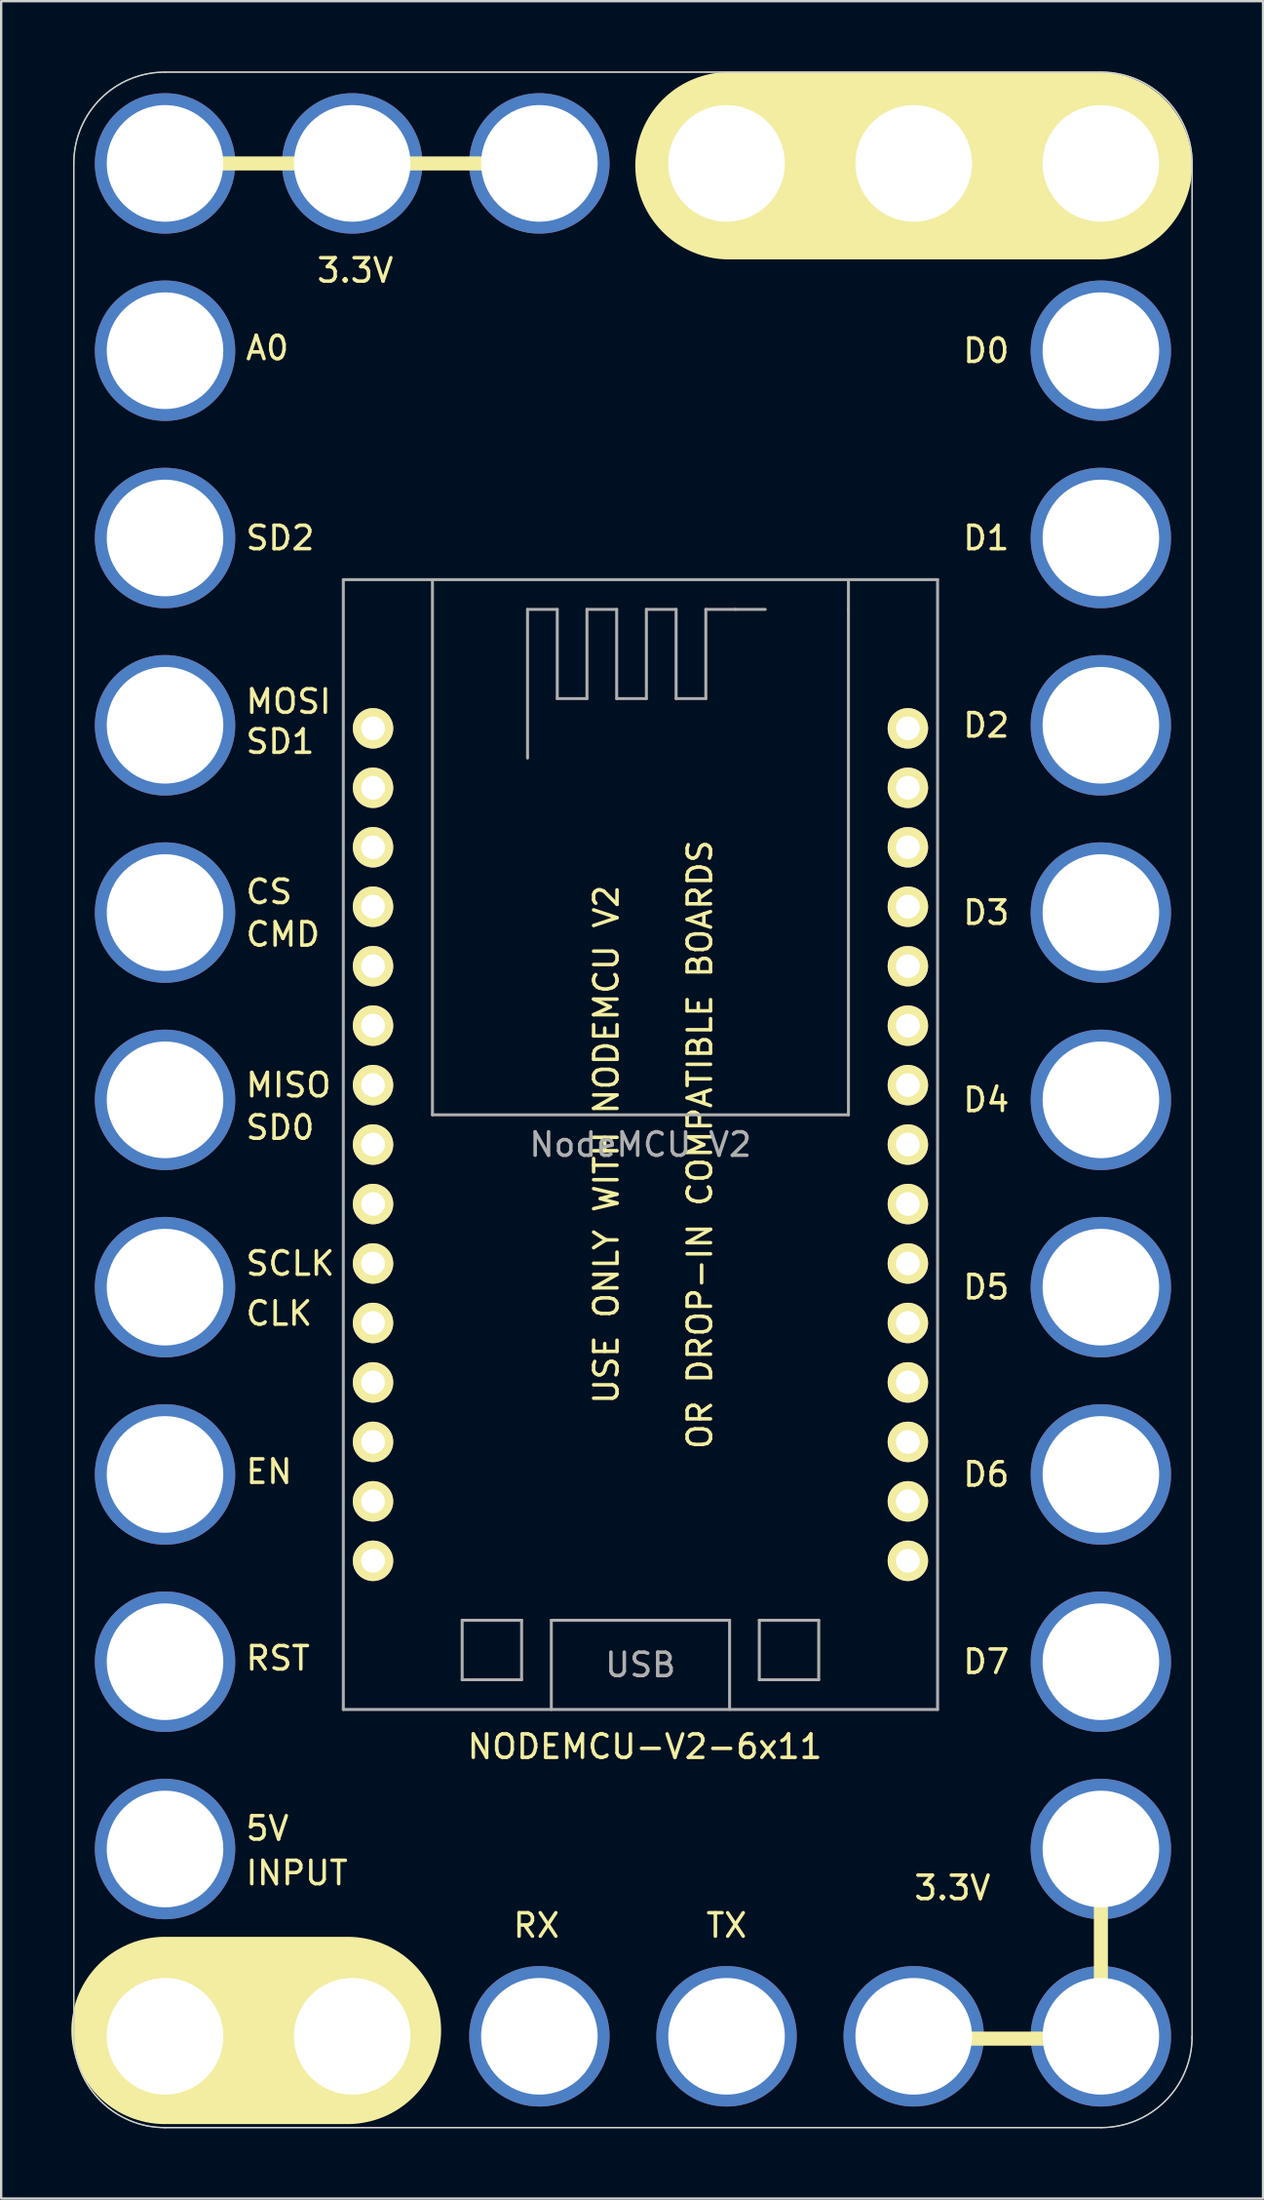
<source format=kicad_pcb>
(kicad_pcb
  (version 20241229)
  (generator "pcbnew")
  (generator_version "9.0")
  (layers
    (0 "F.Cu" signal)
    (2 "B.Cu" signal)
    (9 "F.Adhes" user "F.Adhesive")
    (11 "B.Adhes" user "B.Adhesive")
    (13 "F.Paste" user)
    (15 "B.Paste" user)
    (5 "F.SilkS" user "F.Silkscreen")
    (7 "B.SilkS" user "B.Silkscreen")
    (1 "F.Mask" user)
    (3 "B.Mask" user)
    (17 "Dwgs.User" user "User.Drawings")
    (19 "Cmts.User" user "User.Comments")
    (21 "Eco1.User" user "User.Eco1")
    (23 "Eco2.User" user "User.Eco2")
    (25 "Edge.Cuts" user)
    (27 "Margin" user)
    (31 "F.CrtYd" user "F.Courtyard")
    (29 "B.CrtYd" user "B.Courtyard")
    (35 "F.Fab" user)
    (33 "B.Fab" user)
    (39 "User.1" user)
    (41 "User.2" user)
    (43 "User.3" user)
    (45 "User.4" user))
  (footprint "NODEMCU-V2-6x11"
    (layer "F.Cu")
    (at 4.004 3.93)
    (property "Reference" "NODEMCU-V2-6x11" (at 20.508 67.628 0) (layer "F.SilkS") (effects (font (size 1 1) (thickness 0.15))))
    (attr through_hole)
    (fp_line (start -0.5 0) (end 16.3 0) (stroke (width 0.6) (type solid)) (layer "F.SilkS"))
    (fp_line (start 7.8 79.75) (end -0.004 79.75) (stroke (width 8) (type solid)) (layer "F.SilkS"))
    (fp_line (start 24.1 0.1) (end 39.9 0.1) (stroke (width 8) (type solid)) (layer "F.SilkS"))
    (fp_line (start 32 80.1) (end 39.9 80.1) (stroke (width 0.6) (type solid)) (layer "F.SilkS"))
    (fp_line (start 40 72.2) (end 40 80.1) (stroke (width 0.6) (type solid)) (layer "F.SilkS"))
    (fp_line (start -3.9 0) (end -3.9 80) (stroke (width 0.061) (type solid)) (layer "Edge.Cuts"))
    (fp_line (start 0 83.9) (end 40 83.9) (stroke (width 0.061) (type solid)) (layer "Edge.Cuts"))
    (fp_line (start 40 -3.9) (end 0 -3.9) (stroke (width 0.061) (type solid)) (layer "Edge.Cuts"))
    (fp_line (start 43.9 80.1) (end 43.9 0) (stroke (width 0.061) (type solid)) (layer "Edge.Cuts"))
    (fp_arc (start -3.9 0) (mid -2.757716 -2.757716) (end 0 -3.9) (stroke (width 0.06064) (type solid)) (layer "Edge.Cuts"))
    (fp_arc (start 0 83.9) (mid -2.755309 82.760122) (end -3.899994 80.006807) (stroke (width 0.06064) (type solid)) (layer "Edge.Cuts"))
    (fp_arc (start 40 -3.9) (mid 42.755309 -2.760122) (end 43.899994 -0.006807) (stroke (width 0.06064) (type solid)) (layer "Edge.Cuts"))
    (fp_arc (start 43.9 80) (mid 42.757716 82.757716) (end 40 83.9) (stroke (width 0.06064) (type solid)) (layer "Edge.Cuts"))
    (fp_line (start -3.9 0) (end -3.9 80) (stroke (width 0.041) (type solid)) (layer "F.Fab"))
    (fp_line (start 0 83.9) (end 40 83.9) (stroke (width 0.041) (type solid)) (layer "F.Fab"))
    (fp_line (start 7.62 17.78) (end 7.62 66.04) (stroke (width 0.127) (type solid)) (layer "F.Fab"))
    (fp_line (start 7.62 17.78) (end 33.02 17.78) (stroke (width 0.127) (type solid)) (layer "F.Fab"))
    (fp_line (start 7.62 66.04) (end 33.02 66.04) (stroke (width 0.127) (type solid)) (layer "F.Fab"))
    (fp_line (start 11.43 40.64) (end 11.43 17.78) (stroke (width 0.127) (type solid)) (layer "F.Fab"))
    (fp_line (start 11.43 40.64) (end 29.21 40.64) (stroke (width 0.127) (type solid)) (layer "F.Fab"))
    (fp_line (start 12.7 62.23) (end 12.7 64.77) (stroke (width 0.127) (type solid)) (layer "F.Fab"))
    (fp_line (start 12.7 64.77) (end 15.24 64.77) (stroke (width 0.127) (type solid)) (layer "F.Fab"))
    (fp_line (start 15.24 62.23) (end 12.7 62.23) (stroke (width 0.127) (type solid)) (layer "F.Fab"))
    (fp_line (start 15.24 64.77) (end 15.24 62.23) (stroke (width 0.127) (type solid)) (layer "F.Fab"))
    (fp_line (start 15.494 19.05) (end 16.764 19.05) (stroke (width 0.127) (type solid)) (layer "F.Fab"))
    (fp_line (start 15.494 25.4) (end 15.494 19.05) (stroke (width 0.127) (type solid)) (layer "F.Fab"))
    (fp_line (start 16.51 62.23) (end 24.13 62.23) (stroke (width 0.127) (type solid)) (layer "F.Fab"))
    (fp_line (start 16.51 66.04) (end 16.51 62.23) (stroke (width 0.127) (type solid)) (layer "F.Fab"))
    (fp_line (start 16.764 19.05) (end 16.764 22.86) (stroke (width 0.127) (type solid)) (layer "F.Fab"))
    (fp_line (start 16.764 22.86) (end 18.034 22.86) (stroke (width 0.127) (type solid)) (layer "F.Fab"))
    (fp_line (start 18.034 19.05) (end 19.304 19.05) (stroke (width 0.127) (type solid)) (layer "F.Fab"))
    (fp_line (start 18.034 22.86) (end 18.034 19.05) (stroke (width 0.127) (type solid)) (layer "F.Fab"))
    (fp_line (start 19.304 19.05) (end 19.304 22.86) (stroke (width 0.127) (type solid)) (layer "F.Fab"))
    (fp_line (start 19.304 22.86) (end 20.574 22.86) (stroke (width 0.127) (type solid)) (layer "F.Fab"))
    (fp_line (start 20.574 19.05) (end 21.844 19.05) (stroke (width 0.127) (type solid)) (layer "F.Fab"))
    (fp_line (start 20.574 22.86) (end 20.574 19.05) (stroke (width 0.127) (type solid)) (layer "F.Fab"))
    (fp_line (start 21.844 19.05) (end 21.844 22.86) (stroke (width 0.127) (type solid)) (layer "F.Fab"))
    (fp_line (start 21.844 22.86) (end 23.114 22.86) (stroke (width 0.127) (type solid)) (layer "F.Fab"))
    (fp_line (start 23.114 19.05) (end 24.384 19.05) (stroke (width 0.127) (type solid)) (layer "F.Fab"))
    (fp_line (start 23.114 22.86) (end 23.114 19.05) (stroke (width 0.127) (type solid)) (layer "F.Fab"))
    (fp_line (start 24.13 62.23) (end 24.13 66.04) (stroke (width 0.127) (type solid)) (layer "F.Fab"))
    (fp_line (start 24.384 19.05) (end 25.654 19.05) (stroke (width 0.127) (type solid)) (layer "F.Fab"))
    (fp_line (start 25.4 62.23) (end 25.4 64.77) (stroke (width 0.127) (type solid)) (layer "F.Fab"))
    (fp_line (start 25.4 64.77) (end 27.94 64.77) (stroke (width 0.127) (type solid)) (layer "F.Fab"))
    (fp_line (start 27.94 62.23) (end 25.4 62.23) (stroke (width 0.127) (type solid)) (layer "F.Fab"))
    (fp_line (start 27.94 64.77) (end 27.94 62.23) (stroke (width 0.127) (type solid)) (layer "F.Fab"))
    (fp_line (start 29.21 19.05) (end 29.21 17.78) (stroke (width 0.127) (type solid)) (layer "F.Fab"))
    (fp_line (start 29.21 40.64) (end 29.21 19.05) (stroke (width 0.127) (type solid)) (layer "F.Fab"))
    (fp_line (start 33.02 17.78) (end 33.02 66.04) (stroke (width 0.127) (type solid)) (layer "F.Fab"))
    (fp_line (start 40 -3.9) (end 0 -3.9) (stroke (width 0.041) (type solid)) (layer "F.Fab"))
    (fp_line (start 43.9 80) (end 43.9 0) (stroke (width 0.041) (type solid)) (layer "F.Fab"))
    (fp_arc (start -3.9 0) (mid -2.757716 -2.757716) (end 0 -3.9) (stroke (width 0.04064) (type solid)) (layer "F.Fab"))
    (fp_arc (start 0 83.9) (mid -2.755309 82.760122) (end -3.899994 80.006807) (stroke (width 0.04064) (type solid)) (layer "F.Fab"))
    (fp_arc (start 40 -3.9) (mid 42.755309 -2.760122) (end 43.899994 -0.006807) (stroke (width 0.04064) (type solid)) (layer "F.Fab"))
    (fp_arc (start 43.9 80) (mid 42.757716 82.757716) (end 40 83.9) (stroke (width 0.04064) (type solid)) (layer "F.Fab"))
    (fp_text user "RX" (at 15.871 75.267 0) (layer "F.SilkS") (effects (font (size 1 1) (thickness 0.15))))
    (fp_text user "D4" (at 35.098 40 0) (layer "F.SilkS") (effects (font (size 1 1) (thickness 0.15))))
    (fp_text user "OR DROP-IN COMPATIBLE BOARDS" (at 22.86 41.91 270) (layer "F.SilkS") (effects (font (size 1 1) (thickness 0.15))))
    (fp_text user "D5" (at 35.098 48 0) (layer "F.SilkS") (effects (font (size 1 1) (thickness 0.15))))
    (fp_text user "SD0" (at 4.921 41.184 0) (layer "F.SilkS") (effects (font (size 1 1) (thickness 0.15))))
    (fp_text user "D0" (at 35.098 8 0) (layer "F.SilkS") (effects (font (size 1 1) (thickness 0.15))))
    (fp_text user "D7" (at 35.098 64 0) (layer "F.SilkS") (effects (font (size 1 1) (thickness 0.15))))
    (fp_text user "SCLK" (at 5.35 46.99 0) (layer "F.SilkS") (effects (font (size 1 1) (thickness 0.15))))
    (fp_text user "5V" (at 4.374 71.12 0) (layer "F.SilkS") (effects (font (size 1 1) (thickness 0.15))))
    (fp_text user "3.3V" (at 33.655 73.66 0) (layer "F.SilkS") (effects (font (size 1 1) (thickness 0.15))))
    (fp_text user "A0" (at 4.374 7.884 0) (layer "F.SilkS") (effects (font (size 1 1) (thickness 0.15))))
    (fp_text user "INPUT" (at 5.635 73.025 0) (layer "F.SilkS") (effects (font (size 1 1) (thickness 0.15))))
    (fp_text user "D2" (at 35.098 24 0) (layer "F.SilkS") (effects (font (size 1 1) (thickness 0.15))))
    (fp_text user "D1" (at 35.098 16 0) (layer "F.SilkS") (effects (font (size 1 1) (thickness 0.15))))
    (fp_text user "EN" (at 4.445 55.88 0) (layer "F.SilkS") (effects (font (size 1 1) (thickness 0.15))))
    (fp_text user "RST" (at 4.826 63.854 0) (layer "F.SilkS") (effects (font (size 1 1) (thickness 0.15))))
    (fp_text user "CMD" (at 5.04 32.934 0) (layer "F.SilkS") (effects (font (size 1 1) (thickness 0.15))))
    (fp_text user "MOSI" (at 5.278 22.987 0) (layer "F.SilkS") (effects (font (size 1 1) (thickness 0.15))))
    (fp_text user "USE ONLY WITH NODEMCU V2" (at 18.863 41.91 90) (layer "F.SilkS") (effects (font (size 1 1) (thickness 0.15))))
    (fp_text user "TX" (at 23.999 75.267 0) (layer "F.SilkS") (effects (font (size 1 1) (thickness 0.15))))
    (fp_text user "SD2" (at 4.921 16 0) (layer "F.SilkS") (effects (font (size 1 1) (thickness 0.15))))
    (fp_text user "D3" (at 35.098 32 0) (layer "F.SilkS") (effects (font (size 1 1) (thickness 0.15))))
    (fp_text user "MISO" (at 5.278 39.37 0) (layer "F.SilkS") (effects (font (size 1 1) (thickness 0.15))))
    (fp_text user "CLK" (at 4.874 49.124 0) (layer "F.SilkS") (effects (font (size 1 1) (thickness 0.15))))
    (fp_text user "CS" (at 4.445 31.115 0) (layer "F.SilkS") (effects (font (size 1 1) (thickness 0.15))))
    (fp_text user "3.3V" (at 8.128 4.572 180) (layer "F.SilkS") (effects (font (size 1 1) (thickness 0.15))))
    (fp_text user "D6" (at 35.098 56 0) (layer "F.SilkS") (effects (font (size 1 1) (thickness 0.15))))
    (fp_text user "SD1" (at 4.921 24.696 0) (layer "F.SilkS") (effects (font (size 1 1) (thickness 0.15))))
    (fp_text user "USB" (at 20.32 64.135 0) (layer "F.Fab") (effects (font (size 1 1) (thickness 0.15))))
    (fp_text user "NodeMCU V2" (at 20.32 41.91 0) (layer "F.Fab") (effects (font (size 1 1) (thickness 0.15))))
    (pad "3V3" thru_hole circle (at 0 0 270) (size 6 6) (drill 4.98) (layers "*.Cu" "*.Mask"))
    (pad "3V3" thru_hole circle (at 8 0 270) (size 6 6) (drill 4.98) (layers "*.Cu" "*.Mask"))
    (pad "3V3" thru_hole circle (at 8.89 49.53 180) (size 1.727 1.727) (drill 1.016) (layers "*.Cu" "*.Mask" "F.SilkS"))
    (pad "3V3" thru_hole circle (at 16 0 270) (size 6 6) (drill 4.98) (layers "*.Cu" "*.Mask"))
    (pad "3V3" thru_hole circle (at 31.75 36.83 180) (size 1.727 1.727) (drill 1.016) (layers "*.Cu" "*.Mask" "F.SilkS"))
    (pad "3V3" thru_hole circle (at 31.75 59.69 180) (size 1.727 1.727) (drill 1.016) (layers "*.Cu" "*.Mask" "F.SilkS"))
    (pad "3V3" thru_hole circle (at 32 80 270) (size 6 6) (drill 4.98) (layers "*.Cu" "*.Mask"))
    (pad "3V3" thru_hole circle (at 39.999 80 270) (size 6 6) (drill 4.98) (layers "*.Cu" "*.Mask"))
    (pad "3V3" thru_hole circle (at 40 72 270) (size 6 6) (drill 4.98) (layers "*.Cu" "*.Mask"))
    (pad "A0" thru_hole circle (at 0 8 270) (size 6 6) (drill 4.98) (layers "*.Cu" "*.Mask"))
    (pad "A0" thru_hole circle (at 8.89 24.13 180) (size 1.727 1.727) (drill 1.016) (layers "*.Cu" "*.Mask" "F.SilkS"))
    (pad "CLK" thru_hole circle (at 0 48 270) (size 6 6) (drill 4.98) (layers "*.Cu" "*.Mask"))
    (pad "CLK" thru_hole circle (at 8.89 44.45 180) (size 1.727 1.727) (drill 1.016) (layers "*.Cu" "*.Mask" "F.SilkS"))
    (pad "CMD" thru_hole circle (at 0 32 270) (size 6 6) (drill 4.98) (layers "*.Cu" "*.Mask"))
    (pad "CMD" thru_hole circle (at 8.89 39.37 180) (size 1.727 1.727) (drill 1.016) (layers "*.Cu" "*.Mask" "F.SilkS"))
    (pad "D0" thru_hole circle (at 31.75 24.13 180) (size 1.727 1.727) (drill 1.016) (layers "*.Cu" "*.Mask" "F.SilkS"))
    (pad "D0" thru_hole circle (at 39.999 8 270) (size 6 6) (drill 4.98) (layers "*.Cu" "*.Mask"))
    (pad "D1" thru_hole circle (at 31.75 26.67 180) (size 1.727 1.727) (drill 1.016) (layers "*.Cu" "*.Mask" "F.SilkS"))
    (pad "D1" thru_hole circle (at 39.999 16 270) (size 6 6) (drill 4.98) (layers "*.Cu" "*.Mask"))
    (pad "D2" thru_hole circle (at 31.75 29.21 180) (size 1.727 1.727) (drill 1.016) (layers "*.Cu" "*.Mask" "F.SilkS"))
    (pad "D2" thru_hole circle (at 39.999 24 270) (size 6 6) (drill 4.98) (layers "*.Cu" "*.Mask"))
    (pad "D3" thru_hole circle (at 31.75 31.75 180) (size 1.727 1.727) (drill 1.016) (layers "*.Cu" "*.Mask" "F.SilkS"))
    (pad "D3" thru_hole circle (at 39.999 32 270) (size 6 6) (drill 4.98) (layers "*.Cu" "*.Mask"))
    (pad "D4" thru_hole circle (at 31.75 34.29 180) (size 1.727 1.727) (drill 1.016) (layers "*.Cu" "*.Mask" "F.SilkS"))
    (pad "D4" thru_hole circle (at 40 40 270) (size 6 6) (drill 4.98) (layers "*.Cu" "*.Mask"))
    (pad "D5" thru_hole circle (at 31.75 41.91 180) (size 1.727 1.727) (drill 1.016) (layers "*.Cu" "*.Mask" "F.SilkS"))
    (pad "D5" thru_hole circle (at 39.999 48 270) (size 6 6) (drill 4.98) (layers "*.Cu" "*.Mask"))
    (pad "D6" thru_hole circle (at 31.75 44.45 180) (size 1.727 1.727) (drill 1.016) (layers "*.Cu" "*.Mask" "F.SilkS"))
    (pad "D6" thru_hole circle (at 40 56 270) (size 6 6) (drill 4.98) (layers "*.Cu" "*.Mask"))
    (pad "D7" thru_hole circle (at 31.75 46.99 180) (size 1.727 1.727) (drill 1.016) (layers "*.Cu" "*.Mask" "F.SilkS"))
    (pad "D7" thru_hole circle (at 40 64 270) (size 6 6) (drill 4.98) (layers "*.Cu" "*.Mask"))
    (pad "D8" thru_hole circle (at 31.75 49.53 180) (size 1.727 1.727) (drill 1.016) (layers "*.Cu" "*.Mask" "F.SilkS"))
    (pad "EN" thru_hole circle (at 0 56 270) (size 6 6) (drill 4.98) (layers "*.Cu" "*.Mask"))
    (pad "EN" thru_hole circle (at 8.89 52.07 180) (size 1.727 1.727) (drill 1.016) (layers "*.Cu" "*.Mask" "F.SilkS"))
    (pad "GND" thru_hole circle (at 0 80 270) (size 6 6) (drill 4.98) (layers "*.Cu" "*.Mask"))
    (pad "GND" thru_hole circle (at 8 80 270) (size 6 6) (drill 4.98) (layers "*.Cu" "*.Mask"))
    (pad "GND" thru_hole circle (at 8.89 46.99 180) (size 1.727 1.727) (drill 1.016) (layers "*.Cu" "*.Mask" "F.SilkS"))
    (pad "GND" thru_hole circle (at 8.89 57.15 180) (size 1.727 1.727) (drill 1.016) (layers "*.Cu" "*.Mask" "F.SilkS"))
    (pad "GND" thru_hole circle (at 24 0 270) (size 6 6) (drill 4.98) (layers "*.Cu" "*.Mask"))
    (pad "GND" thru_hole circle (at 31.75 39.37 180) (size 1.727 1.727) (drill 1.016) (layers "*.Cu" "*.Mask" "F.SilkS"))
    (pad "GND" thru_hole circle (at 31.75 57.15 180) (size 1.727 1.727) (drill 1.016) (layers "*.Cu" "*.Mask" "F.SilkS"))
    (pad "GND" thru_hole circle (at 32 0 270) (size 6 6) (drill 4.98) (layers "*.Cu" "*.Mask"))
    (pad "GND" thru_hole circle (at 39.999 0 270) (size 6 6) (drill 4.98) (layers "*.Cu" "*.Mask"))
    (pad "RST" thru_hole circle (at 0 64 270) (size 6 6) (drill 4.98) (layers "*.Cu" "*.Mask"))
    (pad "RST" thru_hole circle (at 8.89 54.61 180) (size 1.727 1.727) (drill 1.016) (layers "*.Cu" "*.Mask" "F.SilkS"))
    (pad "RSV" thru_hole circle (at 8.89 26.67 180) (size 1.727 1.727) (drill 1.016) (layers "*.Cu" "*.Mask" "F.SilkS"))
    (pad "RSV" thru_hole circle (at 8.89 29.21 180) (size 1.727 1.727) (drill 1.016) (layers "*.Cu" "*.Mask" "F.SilkS"))
    (pad "RX" thru_hole circle (at 16 80 270) (size 6 6) (drill 4.98) (layers "*.Cu" "*.Mask"))
    (pad "RX" thru_hole circle (at 31.75 52.07 180) (size 1.727 1.727) (drill 1.016) (layers "*.Cu" "*.Mask" "F.SilkS"))
    (pad "SD0" thru_hole circle (at 0 40 270) (size 6 6) (drill 4.98) (layers "*.Cu" "*.Mask"))
    (pad "SD0" thru_hole circle (at 8.89 41.91 180) (size 1.727 1.727) (drill 1.016) (layers "*.Cu" "*.Mask" "F.SilkS"))
    (pad "SD1" thru_hole circle (at 0 24 270) (size 6 6) (drill 4.98) (layers "*.Cu" "*.Mask"))
    (pad "SD1" thru_hole circle (at 8.89 36.83 180) (size 1.727 1.727) (drill 1.016) (layers "*.Cu" "*.Mask" "F.SilkS"))
    (pad "SD2" thru_hole circle (at 0 16 270) (size 6 6) (drill 4.98) (layers "*.Cu" "*.Mask"))
    (pad "SD2" thru_hole circle (at 8.89 34.29 180) (size 1.727 1.727) (drill 1.016) (layers "*.Cu" "*.Mask" "F.SilkS"))
    (pad "SD3" thru_hole circle (at 8.89 31.75 180) (size 1.727 1.727) (drill 1.016) (layers "*.Cu" "*.Mask" "F.SilkS"))
    (pad "TX" thru_hole circle (at 24 80 270) (size 6 6) (drill 4.98) (layers "*.Cu" "*.Mask"))
    (pad "TX" thru_hole circle (at 31.75 54.61 180) (size 1.727 1.727) (drill 1.016) (layers "*.Cu" "*.Mask" "F.SilkS"))
    (pad "VIN" thru_hole circle (at 0 72 270) (size 6 6) (drill 4.98) (layers "*.Cu" "*.Mask"))
    (pad "VIN" thru_hole circle (at 8.89 59.69 180) (size 1.727 1.727) (drill 1.016) (layers "*.Cu" "*.Mask" "F.SilkS")))
  (gr_rect
    (start -3 -3)
    (end 50.934 90.861)
    (stroke (width 0.1) (type default))
    (fill no)
    (layer "Edge.Cuts")))
</source>
